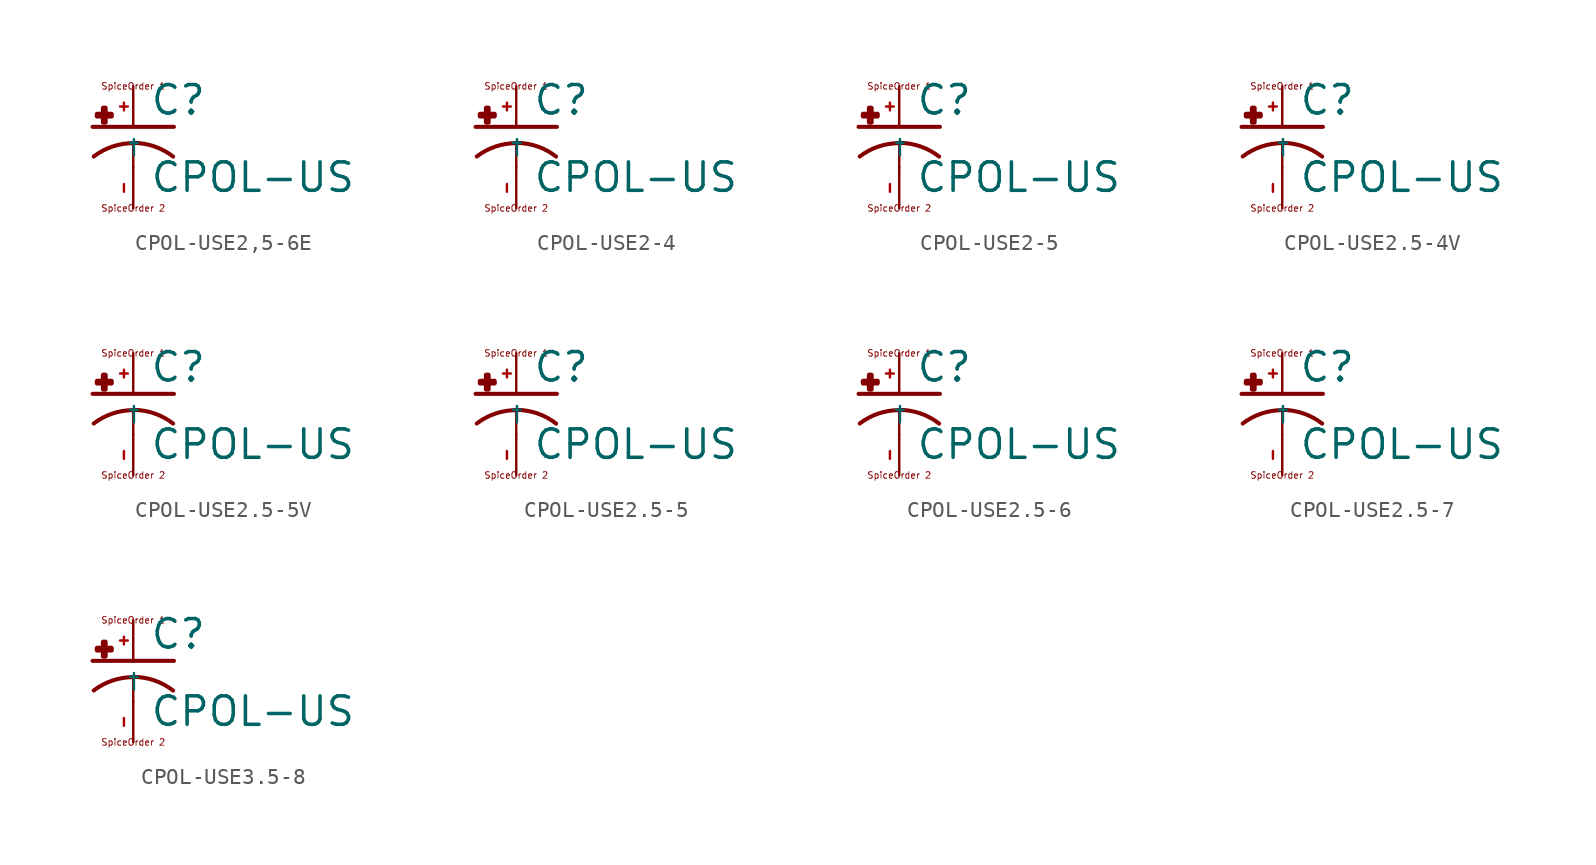
<source format=kicad_sym>
(kicad_symbol_lib
  (version 20220914)
  (generator Eagle2Kicad)
  (symbol "CPOL-USE2,5-6E"
    (property "Reference" "C"
      (at 1.016 0.635 0)
      (effects (font (size 1.778 1.778) (thickness 0.22)) (justify left bottom)))
    (property "Value" "CPOL-US"
      (at 1.016 -4.191 0)
      (effects (font (size 1.778 1.778) (thickness 0.22)) (justify left bottom)))
    (polyline
      (pts (xy -2.54 0) (xy 2.54 0))
      (stroke (width 0.254) (type default))
      (fill (type none)))
    (polyline
      (pts (xy 0 -1.016) (xy 0 -2.54))
      (stroke (width 0.152) (type default))
      (fill (type none)))
    (arc
      (start 2.4892 -1.8542)
      (mid 1.316 -1.220)
      (end 0 -1)
      (stroke (width 0.254) (type default))
      (fill (type none)))
    (arc
      (start 0 -1.0161)
      (mid -1.302 -1.230)
      (end -2.4669 -1.8504)
      (stroke (width 0.254) (type default))
      (fill (type none)))
    (text "SpiceOrder 1"
      (at 0 2.54 0)
      (effects (font (size 0.406 0.406) (thickness 0.05))))
    (text "SpiceOrder 2"
      (at 0 -5.08 0)
      (effects (font (size 0.406 0.406) (thickness 0.05))))
    (rectangle
      (start -2.253 0.668)
      (end -1.364 0.795)
      (stroke (width 0.3) (type default))
      (fill (type outline)))
    (rectangle
      (start -1.872 0.287)
      (end -1.745 1.176)
      (stroke (width 0.3) (type default))
      (fill (type outline)))
    (pin passive line
      (at 0 2.54 270)
      (length 2.54)
      (name "+" (effects (font (size 0.635 0.635) (thickness 0.08)) (justify left bottom)))
      (number "+" (effects (font (size 0.635 0.635) (thickness 0.08)) (justify left bottom))))
    (pin passive line
      (at 0 -5.08 90)
      (length 2.54)
      (name "-" (effects (font (size 0.635 0.635) (thickness 0.08)) (justify left bottom)))
      (number "-" (effects (font (size 0.635 0.635) (thickness 0.08)) (justify left bottom)))))
  (symbol "CPOL-USE2-4"
    (property "Reference" "C"
      (at 1.016 0.635 0)
      (effects (font (size 1.778 1.778) (thickness 0.22)) (justify left bottom)))
    (property "Value" "CPOL-US"
      (at 1.016 -4.191 0)
      (effects (font (size 1.778 1.778) (thickness 0.22)) (justify left bottom)))
    (polyline
      (pts (xy -2.54 0) (xy 2.54 0))
      (stroke (width 0.254) (type default))
      (fill (type none)))
    (polyline
      (pts (xy 0 -1.016) (xy 0 -2.54))
      (stroke (width 0.152) (type default))
      (fill (type none)))
    (arc
      (start 2.4892 -1.8542)
      (mid 1.316 -1.220)
      (end 0 -1)
      (stroke (width 0.254) (type default))
      (fill (type none)))
    (arc
      (start 0 -1.0161)
      (mid -1.302 -1.230)
      (end -2.4669 -1.8504)
      (stroke (width 0.254) (type default))
      (fill (type none)))
    (text "SpiceOrder 1"
      (at 0 2.54 0)
      (effects (font (size 0.406 0.406) (thickness 0.05))))
    (text "SpiceOrder 2"
      (at 0 -5.08 0)
      (effects (font (size 0.406 0.406) (thickness 0.05))))
    (rectangle
      (start -2.253 0.668)
      (end -1.364 0.795)
      (stroke (width 0.3) (type default))
      (fill (type outline)))
    (rectangle
      (start -1.872 0.287)
      (end -1.745 1.176)
      (stroke (width 0.3) (type default))
      (fill (type outline)))
    (pin passive line
      (at 0 2.54 270)
      (length 2.54)
      (name "+" (effects (font (size 0.635 0.635) (thickness 0.08)) (justify left bottom)))
      (number "+" (effects (font (size 0.635 0.635) (thickness 0.08)) (justify left bottom))))
    (pin passive line
      (at 0 -5.08 90)
      (length 2.54)
      (name "-" (effects (font (size 0.635 0.635) (thickness 0.08)) (justify left bottom)))
      (number "-" (effects (font (size 0.635 0.635) (thickness 0.08)) (justify left bottom)))))
  (symbol "CPOL-USE2-5"
    (property "Reference" "C"
      (at 1.016 0.635 0)
      (effects (font (size 1.778 1.778) (thickness 0.22)) (justify left bottom)))
    (property "Value" "CPOL-US"
      (at 1.016 -4.191 0)
      (effects (font (size 1.778 1.778) (thickness 0.22)) (justify left bottom)))
    (polyline
      (pts (xy -2.54 0) (xy 2.54 0))
      (stroke (width 0.254) (type default))
      (fill (type none)))
    (polyline
      (pts (xy 0 -1.016) (xy 0 -2.54))
      (stroke (width 0.152) (type default))
      (fill (type none)))
    (arc
      (start 2.4892 -1.8542)
      (mid 1.316 -1.220)
      (end 0 -1)
      (stroke (width 0.254) (type default))
      (fill (type none)))
    (arc
      (start 0 -1.0161)
      (mid -1.302 -1.230)
      (end -2.4669 -1.8504)
      (stroke (width 0.254) (type default))
      (fill (type none)))
    (text "SpiceOrder 1"
      (at 0 2.54 0)
      (effects (font (size 0.406 0.406) (thickness 0.05))))
    (text "SpiceOrder 2"
      (at 0 -5.08 0)
      (effects (font (size 0.406 0.406) (thickness 0.05))))
    (rectangle
      (start -2.253 0.668)
      (end -1.364 0.795)
      (stroke (width 0.3) (type default))
      (fill (type outline)))
    (rectangle
      (start -1.872 0.287)
      (end -1.745 1.176)
      (stroke (width 0.3) (type default))
      (fill (type outline)))
    (pin passive line
      (at 0 2.54 270)
      (length 2.54)
      (name "+" (effects (font (size 0.635 0.635) (thickness 0.08)) (justify left bottom)))
      (number "+" (effects (font (size 0.635 0.635) (thickness 0.08)) (justify left bottom))))
    (pin passive line
      (at 0 -5.08 90)
      (length 2.54)
      (name "-" (effects (font (size 0.635 0.635) (thickness 0.08)) (justify left bottom)))
      (number "-" (effects (font (size 0.635 0.635) (thickness 0.08)) (justify left bottom)))))
  (symbol "CPOL-USE2.5-4V"
    (property "Reference" "C"
      (at 1.016 0.635 0)
      (effects (font (size 1.778 1.778) (thickness 0.22)) (justify left bottom)))
    (property "Value" "CPOL-US"
      (at 1.016 -4.191 0)
      (effects (font (size 1.778 1.778) (thickness 0.22)) (justify left bottom)))
    (polyline
      (pts (xy -2.54 0) (xy 2.54 0))
      (stroke (width 0.254) (type default))
      (fill (type none)))
    (polyline
      (pts (xy 0 -1.016) (xy 0 -2.54))
      (stroke (width 0.152) (type default))
      (fill (type none)))
    (arc
      (start 2.4892 -1.8542)
      (mid 1.316 -1.220)
      (end 0 -1)
      (stroke (width 0.254) (type default))
      (fill (type none)))
    (arc
      (start 0 -1.0161)
      (mid -1.302 -1.230)
      (end -2.4669 -1.8504)
      (stroke (width 0.254) (type default))
      (fill (type none)))
    (text "SpiceOrder 1"
      (at 0 2.54 0)
      (effects (font (size 0.406 0.406) (thickness 0.05))))
    (text "SpiceOrder 2"
      (at 0 -5.08 0)
      (effects (font (size 0.406 0.406) (thickness 0.05))))
    (rectangle
      (start -2.253 0.668)
      (end -1.364 0.795)
      (stroke (width 0.3) (type default))
      (fill (type outline)))
    (rectangle
      (start -1.872 0.287)
      (end -1.745 1.176)
      (stroke (width 0.3) (type default))
      (fill (type outline)))
    (pin passive line
      (at 0 2.54 270)
      (length 2.54)
      (name "+" (effects (font (size 0.635 0.635) (thickness 0.08)) (justify left bottom)))
      (number "+" (effects (font (size 0.635 0.635) (thickness 0.08)) (justify left bottom))))
    (pin passive line
      (at 0 -5.08 90)
      (length 2.54)
      (name "-" (effects (font (size 0.635 0.635) (thickness 0.08)) (justify left bottom)))
      (number "-" (effects (font (size 0.635 0.635) (thickness 0.08)) (justify left bottom)))))
  (symbol "CPOL-USE2.5-5V"
    (property "Reference" "C"
      (at 1.016 0.635 0)
      (effects (font (size 1.778 1.778) (thickness 0.22)) (justify left bottom)))
    (property "Value" "CPOL-US"
      (at 1.016 -4.191 0)
      (effects (font (size 1.778 1.778) (thickness 0.22)) (justify left bottom)))
    (polyline
      (pts (xy -2.54 0) (xy 2.54 0))
      (stroke (width 0.254) (type default))
      (fill (type none)))
    (polyline
      (pts (xy 0 -1.016) (xy 0 -2.54))
      (stroke (width 0.152) (type default))
      (fill (type none)))
    (arc
      (start 2.4892 -1.8542)
      (mid 1.316 -1.220)
      (end 0 -1)
      (stroke (width 0.254) (type default))
      (fill (type none)))
    (arc
      (start 0 -1.0161)
      (mid -1.302 -1.230)
      (end -2.4669 -1.8504)
      (stroke (width 0.254) (type default))
      (fill (type none)))
    (text "SpiceOrder 1"
      (at 0 2.54 0)
      (effects (font (size 0.406 0.406) (thickness 0.05))))
    (text "SpiceOrder 2"
      (at 0 -5.08 0)
      (effects (font (size 0.406 0.406) (thickness 0.05))))
    (rectangle
      (start -2.253 0.668)
      (end -1.364 0.795)
      (stroke (width 0.3) (type default))
      (fill (type outline)))
    (rectangle
      (start -1.872 0.287)
      (end -1.745 1.176)
      (stroke (width 0.3) (type default))
      (fill (type outline)))
    (pin passive line
      (at 0 2.54 270)
      (length 2.54)
      (name "+" (effects (font (size 0.635 0.635) (thickness 0.08)) (justify left bottom)))
      (number "+" (effects (font (size 0.635 0.635) (thickness 0.08)) (justify left bottom))))
    (pin passive line
      (at 0 -5.08 90)
      (length 2.54)
      (name "-" (effects (font (size 0.635 0.635) (thickness 0.08)) (justify left bottom)))
      (number "-" (effects (font (size 0.635 0.635) (thickness 0.08)) (justify left bottom)))))
  (symbol "CPOL-USE2.5-5"
    (property "Reference" "C"
      (at 1.016 0.635 0)
      (effects (font (size 1.778 1.778) (thickness 0.22)) (justify left bottom)))
    (property "Value" "CPOL-US"
      (at 1.016 -4.191 0)
      (effects (font (size 1.778 1.778) (thickness 0.22)) (justify left bottom)))
    (polyline
      (pts (xy -2.54 0) (xy 2.54 0))
      (stroke (width 0.254) (type default))
      (fill (type none)))
    (polyline
      (pts (xy 0 -1.016) (xy 0 -2.54))
      (stroke (width 0.152) (type default))
      (fill (type none)))
    (arc
      (start 2.4892 -1.8542)
      (mid 1.316 -1.220)
      (end 0 -1)
      (stroke (width 0.254) (type default))
      (fill (type none)))
    (arc
      (start 0 -1.0161)
      (mid -1.302 -1.230)
      (end -2.4669 -1.8504)
      (stroke (width 0.254) (type default))
      (fill (type none)))
    (text "SpiceOrder 1"
      (at 0 2.54 0)
      (effects (font (size 0.406 0.406) (thickness 0.05))))
    (text "SpiceOrder 2"
      (at 0 -5.08 0)
      (effects (font (size 0.406 0.406) (thickness 0.05))))
    (rectangle
      (start -2.253 0.668)
      (end -1.364 0.795)
      (stroke (width 0.3) (type default))
      (fill (type outline)))
    (rectangle
      (start -1.872 0.287)
      (end -1.745 1.176)
      (stroke (width 0.3) (type default))
      (fill (type outline)))
    (pin passive line
      (at 0 2.54 270)
      (length 2.54)
      (name "+" (effects (font (size 0.635 0.635) (thickness 0.08)) (justify left bottom)))
      (number "+" (effects (font (size 0.635 0.635) (thickness 0.08)) (justify left bottom))))
    (pin passive line
      (at 0 -5.08 90)
      (length 2.54)
      (name "-" (effects (font (size 0.635 0.635) (thickness 0.08)) (justify left bottom)))
      (number "-" (effects (font (size 0.635 0.635) (thickness 0.08)) (justify left bottom)))))
  (symbol "CPOL-USE2.5-6"
    (property "Reference" "C"
      (at 1.016 0.635 0)
      (effects (font (size 1.778 1.778) (thickness 0.22)) (justify left bottom)))
    (property "Value" "CPOL-US"
      (at 1.016 -4.191 0)
      (effects (font (size 1.778 1.778) (thickness 0.22)) (justify left bottom)))
    (polyline
      (pts (xy -2.54 0) (xy 2.54 0))
      (stroke (width 0.254) (type default))
      (fill (type none)))
    (polyline
      (pts (xy 0 -1.016) (xy 0 -2.54))
      (stroke (width 0.152) (type default))
      (fill (type none)))
    (arc
      (start 2.4892 -1.8542)
      (mid 1.316 -1.220)
      (end 0 -1)
      (stroke (width 0.254) (type default))
      (fill (type none)))
    (arc
      (start 0 -1.0161)
      (mid -1.302 -1.230)
      (end -2.4669 -1.8504)
      (stroke (width 0.254) (type default))
      (fill (type none)))
    (text "SpiceOrder 1"
      (at 0 2.54 0)
      (effects (font (size 0.406 0.406) (thickness 0.05))))
    (text "SpiceOrder 2"
      (at 0 -5.08 0)
      (effects (font (size 0.406 0.406) (thickness 0.05))))
    (rectangle
      (start -2.253 0.668)
      (end -1.364 0.795)
      (stroke (width 0.3) (type default))
      (fill (type outline)))
    (rectangle
      (start -1.872 0.287)
      (end -1.745 1.176)
      (stroke (width 0.3) (type default))
      (fill (type outline)))
    (pin passive line
      (at 0 2.54 270)
      (length 2.54)
      (name "+" (effects (font (size 0.635 0.635) (thickness 0.08)) (justify left bottom)))
      (number "+" (effects (font (size 0.635 0.635) (thickness 0.08)) (justify left bottom))))
    (pin passive line
      (at 0 -5.08 90)
      (length 2.54)
      (name "-" (effects (font (size 0.635 0.635) (thickness 0.08)) (justify left bottom)))
      (number "-" (effects (font (size 0.635 0.635) (thickness 0.08)) (justify left bottom)))))
  (symbol "CPOL-USE2.5-7"
    (property "Reference" "C"
      (at 1.016 0.635 0)
      (effects (font (size 1.778 1.778) (thickness 0.22)) (justify left bottom)))
    (property "Value" "CPOL-US"
      (at 1.016 -4.191 0)
      (effects (font (size 1.778 1.778) (thickness 0.22)) (justify left bottom)))
    (polyline
      (pts (xy -2.54 0) (xy 2.54 0))
      (stroke (width 0.254) (type default))
      (fill (type none)))
    (polyline
      (pts (xy 0 -1.016) (xy 0 -2.54))
      (stroke (width 0.152) (type default))
      (fill (type none)))
    (arc
      (start 2.4892 -1.8542)
      (mid 1.316 -1.220)
      (end 0 -1)
      (stroke (width 0.254) (type default))
      (fill (type none)))
    (arc
      (start 0 -1.0161)
      (mid -1.302 -1.230)
      (end -2.4669 -1.8504)
      (stroke (width 0.254) (type default))
      (fill (type none)))
    (text "SpiceOrder 1"
      (at 0 2.54 0)
      (effects (font (size 0.406 0.406) (thickness 0.05))))
    (text "SpiceOrder 2"
      (at 0 -5.08 0)
      (effects (font (size 0.406 0.406) (thickness 0.05))))
    (rectangle
      (start -2.253 0.668)
      (end -1.364 0.795)
      (stroke (width 0.3) (type default))
      (fill (type outline)))
    (rectangle
      (start -1.872 0.287)
      (end -1.745 1.176)
      (stroke (width 0.3) (type default))
      (fill (type outline)))
    (pin passive line
      (at 0 2.54 270)
      (length 2.54)
      (name "+" (effects (font (size 0.635 0.635) (thickness 0.08)) (justify left bottom)))
      (number "+" (effects (font (size 0.635 0.635) (thickness 0.08)) (justify left bottom))))
    (pin passive line
      (at 0 -5.08 90)
      (length 2.54)
      (name "-" (effects (font (size 0.635 0.635) (thickness 0.08)) (justify left bottom)))
      (number "-" (effects (font (size 0.635 0.635) (thickness 0.08)) (justify left bottom)))))
  (symbol "CPOL-USE3.5-8"
    (property "Reference" "C"
      (at 1.016 0.635 0)
      (effects (font (size 1.778 1.778) (thickness 0.22)) (justify left bottom)))
    (property "Value" "CPOL-US"
      (at 1.016 -4.191 0)
      (effects (font (size 1.778 1.778) (thickness 0.22)) (justify left bottom)))
    (polyline
      (pts (xy -2.54 0) (xy 2.54 0))
      (stroke (width 0.254) (type default))
      (fill (type none)))
    (polyline
      (pts (xy 0 -1.016) (xy 0 -2.54))
      (stroke (width 0.152) (type default))
      (fill (type none)))
    (arc
      (start 2.4892 -1.8542)
      (mid 1.316 -1.220)
      (end 0 -1)
      (stroke (width 0.254) (type default))
      (fill (type none)))
    (arc
      (start 0 -1.0161)
      (mid -1.302 -1.230)
      (end -2.4669 -1.8504)
      (stroke (width 0.254) (type default))
      (fill (type none)))
    (text "SpiceOrder 1"
      (at 0 2.54 0)
      (effects (font (size 0.406 0.406) (thickness 0.05))))
    (text "SpiceOrder 2"
      (at 0 -5.08 0)
      (effects (font (size 0.406 0.406) (thickness 0.05))))
    (rectangle
      (start -2.253 0.668)
      (end -1.364 0.795)
      (stroke (width 0.3) (type default))
      (fill (type outline)))
    (rectangle
      (start -1.872 0.287)
      (end -1.745 1.176)
      (stroke (width 0.3) (type default))
      (fill (type outline)))
    (pin passive line
      (at 0 2.54 270)
      (length 2.54)
      (name "+" (effects (font (size 0.635 0.635) (thickness 0.08)) (justify left bottom)))
      (number "+" (effects (font (size 0.635 0.635) (thickness 0.08)) (justify left bottom))))
    (pin passive line
      (at 0 -5.08 90)
      (length 2.54)
      (name "-" (effects (font (size 0.635 0.635) (thickness 0.08)) (justify left bottom)))
      (number "-" (effects (font (size 0.635 0.635) (thickness 0.08)) (justify left bottom))))))
</source>
